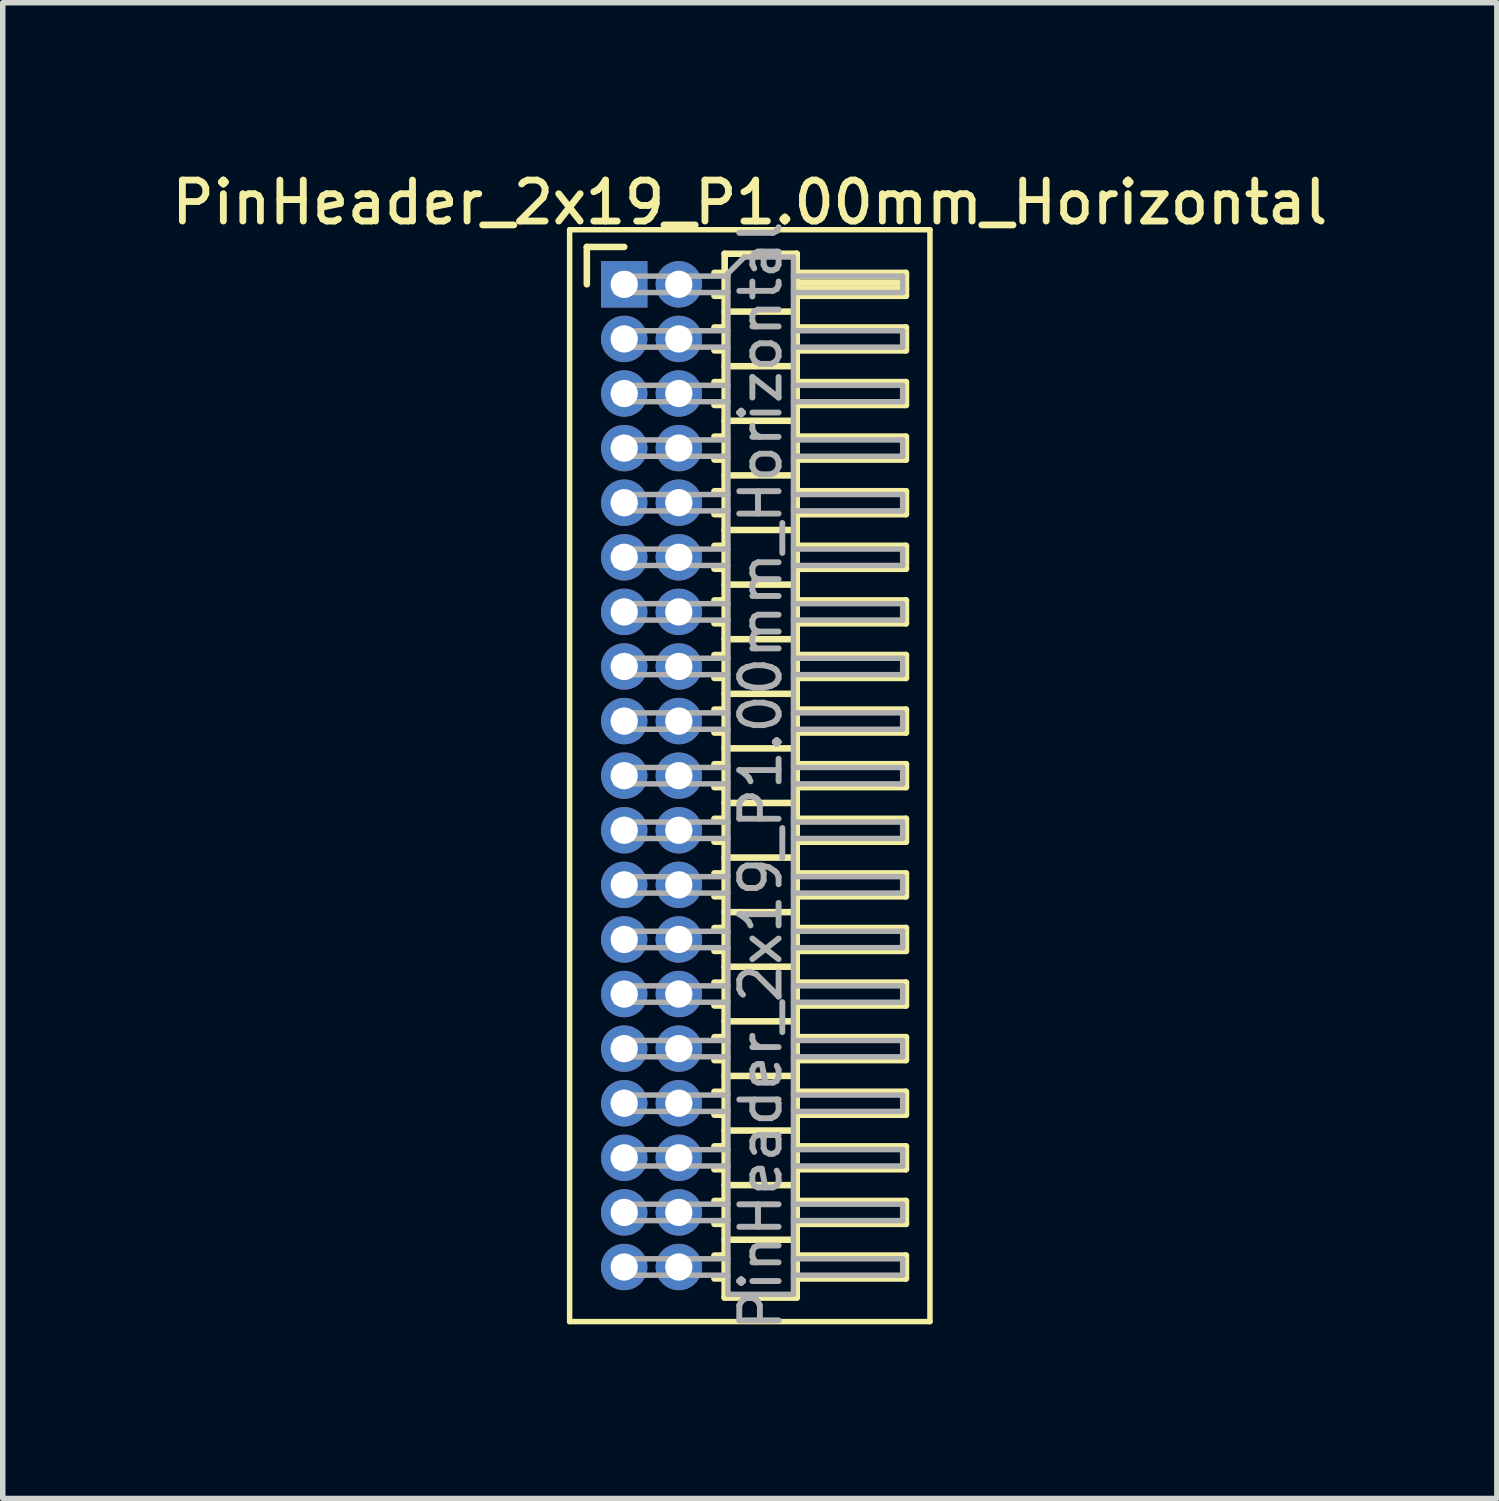
<source format=kicad_pcb>
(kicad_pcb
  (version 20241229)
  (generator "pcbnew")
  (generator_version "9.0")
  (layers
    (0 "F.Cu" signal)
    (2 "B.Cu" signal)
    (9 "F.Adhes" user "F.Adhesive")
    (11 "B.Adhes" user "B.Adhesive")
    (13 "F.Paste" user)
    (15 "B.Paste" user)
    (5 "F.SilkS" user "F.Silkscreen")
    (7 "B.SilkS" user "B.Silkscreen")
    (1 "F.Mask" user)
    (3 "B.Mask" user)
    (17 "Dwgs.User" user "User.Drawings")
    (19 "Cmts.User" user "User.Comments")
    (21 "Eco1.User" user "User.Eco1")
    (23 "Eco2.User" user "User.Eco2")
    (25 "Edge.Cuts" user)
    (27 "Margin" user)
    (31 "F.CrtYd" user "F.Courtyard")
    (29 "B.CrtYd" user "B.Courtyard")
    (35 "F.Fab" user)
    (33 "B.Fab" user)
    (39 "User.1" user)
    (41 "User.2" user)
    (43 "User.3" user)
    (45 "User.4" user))
  (footprint "PinHeader_2x19_P1.00mm_Horizontal"
    (layer "F.Cu")
    (at 8.384 2.158)
    (property "Reference" "PinHeader_2x19_P1.00mm_Horizontal" (at 2.3 -1.5 0) (layer "F.SilkS") (effects (font (size 0.75 0.75) (thickness 0.125))))
    (attr through_hole)
    (fp_line (start -1 -1) (end -1 19) (stroke (width 0.1) (type solid)) (layer "F.SilkS"))
    (fp_line (start -1 19) (end 5.6 19) (stroke (width 0.1) (type solid)) (layer "F.SilkS"))
    (fp_line (start -0.685 -0.685) (end 0 -0.685) (stroke (width 0.12) (type solid)) (layer "F.SilkS"))
    (fp_line (start -0.685 0) (end -0.685 -0.685) (stroke (width 0.12) (type solid)) (layer "F.SilkS"))
    (fp_line (start 1.652 -0.21) (end 1.84 -0.21) (stroke (width 0.12) (type solid)) (layer "F.SilkS"))
    (fp_line (start 1.652 0.21) (end 1.84 0.21) (stroke (width 0.12) (type solid)) (layer "F.SilkS"))
    (fp_line (start 1.652 0.79) (end 1.84 0.79) (stroke (width 0.12) (type solid)) (layer "F.SilkS"))
    (fp_line (start 1.652 1.21) (end 1.84 1.21) (stroke (width 0.12) (type solid)) (layer "F.SilkS"))
    (fp_line (start 1.652 1.79) (end 1.84 1.79) (stroke (width 0.12) (type solid)) (layer "F.SilkS"))
    (fp_line (start 1.652 2.21) (end 1.84 2.21) (stroke (width 0.12) (type solid)) (layer "F.SilkS"))
    (fp_line (start 1.652 2.79) (end 1.84 2.79) (stroke (width 0.12) (type solid)) (layer "F.SilkS"))
    (fp_line (start 1.652 3.21) (end 1.84 3.21) (stroke (width 0.12) (type solid)) (layer "F.SilkS"))
    (fp_line (start 1.652 3.79) (end 1.84 3.79) (stroke (width 0.12) (type solid)) (layer "F.SilkS"))
    (fp_line (start 1.652 4.21) (end 1.84 4.21) (stroke (width 0.12) (type solid)) (layer "F.SilkS"))
    (fp_line (start 1.652 4.79) (end 1.84 4.79) (stroke (width 0.12) (type solid)) (layer "F.SilkS"))
    (fp_line (start 1.652 5.21) (end 1.84 5.21) (stroke (width 0.12) (type solid)) (layer "F.SilkS"))
    (fp_line (start 1.652 5.79) (end 1.84 5.79) (stroke (width 0.12) (type solid)) (layer "F.SilkS"))
    (fp_line (start 1.652 6.21) (end 1.84 6.21) (stroke (width 0.12) (type solid)) (layer "F.SilkS"))
    (fp_line (start 1.652 6.79) (end 1.84 6.79) (stroke (width 0.12) (type solid)) (layer "F.SilkS"))
    (fp_line (start 1.652 7.21) (end 1.84 7.21) (stroke (width 0.12) (type solid)) (layer "F.SilkS"))
    (fp_line (start 1.652 7.79) (end 1.84 7.79) (stroke (width 0.12) (type solid)) (layer "F.SilkS"))
    (fp_line (start 1.652 8.21) (end 1.84 8.21) (stroke (width 0.12) (type solid)) (layer "F.SilkS"))
    (fp_line (start 1.652 8.79) (end 1.84 8.79) (stroke (width 0.12) (type solid)) (layer "F.SilkS"))
    (fp_line (start 1.652 9.21) (end 1.84 9.21) (stroke (width 0.12) (type solid)) (layer "F.SilkS"))
    (fp_line (start 1.652 9.79) (end 1.84 9.79) (stroke (width 0.12) (type solid)) (layer "F.SilkS"))
    (fp_line (start 1.652 10.21) (end 1.84 10.21) (stroke (width 0.12) (type solid)) (layer "F.SilkS"))
    (fp_line (start 1.652 10.79) (end 1.84 10.79) (stroke (width 0.12) (type solid)) (layer "F.SilkS"))
    (fp_line (start 1.652 11.21) (end 1.84 11.21) (stroke (width 0.12) (type solid)) (layer "F.SilkS"))
    (fp_line (start 1.652 11.79) (end 1.84 11.79) (stroke (width 0.12) (type solid)) (layer "F.SilkS"))
    (fp_line (start 1.652 12.21) (end 1.84 12.21) (stroke (width 0.12) (type solid)) (layer "F.SilkS"))
    (fp_line (start 1.652 12.79) (end 1.84 12.79) (stroke (width 0.12) (type solid)) (layer "F.SilkS"))
    (fp_line (start 1.652 13.21) (end 1.84 13.21) (stroke (width 0.12) (type solid)) (layer "F.SilkS"))
    (fp_line (start 1.652 13.79) (end 1.84 13.79) (stroke (width 0.12) (type solid)) (layer "F.SilkS"))
    (fp_line (start 1.652 14.21) (end 1.84 14.21) (stroke (width 0.12) (type solid)) (layer "F.SilkS"))
    (fp_line (start 1.652 14.79) (end 1.84 14.79) (stroke (width 0.12) (type solid)) (layer "F.SilkS"))
    (fp_line (start 1.652 15.21) (end 1.84 15.21) (stroke (width 0.12) (type solid)) (layer "F.SilkS"))
    (fp_line (start 1.652 15.79) (end 1.84 15.79) (stroke (width 0.12) (type solid)) (layer "F.SilkS"))
    (fp_line (start 1.652 16.21) (end 1.84 16.21) (stroke (width 0.12) (type solid)) (layer "F.SilkS"))
    (fp_line (start 1.652 16.79) (end 1.84 16.79) (stroke (width 0.12) (type solid)) (layer "F.SilkS"))
    (fp_line (start 1.652 17.21) (end 1.84 17.21) (stroke (width 0.12) (type solid)) (layer "F.SilkS"))
    (fp_line (start 1.652 17.79) (end 1.84 17.79) (stroke (width 0.12) (type solid)) (layer "F.SilkS"))
    (fp_line (start 1.652 18.21) (end 1.84 18.21) (stroke (width 0.12) (type solid)) (layer "F.SilkS"))
    (fp_line (start 1.84 -0.56) (end 1.84 18.56) (stroke (width 0.12) (type solid)) (layer "F.SilkS"))
    (fp_line (start 1.84 0.5) (end 3.16 0.5) (stroke (width 0.12) (type solid)) (layer "F.SilkS"))
    (fp_line (start 1.84 1.5) (end 3.16 1.5) (stroke (width 0.12) (type solid)) (layer "F.SilkS"))
    (fp_line (start 1.84 2.5) (end 3.16 2.5) (stroke (width 0.12) (type solid)) (layer "F.SilkS"))
    (fp_line (start 1.84 3.5) (end 3.16 3.5) (stroke (width 0.12) (type solid)) (layer "F.SilkS"))
    (fp_line (start 1.84 4.5) (end 3.16 4.5) (stroke (width 0.12) (type solid)) (layer "F.SilkS"))
    (fp_line (start 1.84 5.5) (end 3.16 5.5) (stroke (width 0.12) (type solid)) (layer "F.SilkS"))
    (fp_line (start 1.84 6.5) (end 3.16 6.5) (stroke (width 0.12) (type solid)) (layer "F.SilkS"))
    (fp_line (start 1.84 7.5) (end 3.16 7.5) (stroke (width 0.12) (type solid)) (layer "F.SilkS"))
    (fp_line (start 1.84 8.5) (end 3.16 8.5) (stroke (width 0.12) (type solid)) (layer "F.SilkS"))
    (fp_line (start 1.84 9.5) (end 3.16 9.5) (stroke (width 0.12) (type solid)) (layer "F.SilkS"))
    (fp_line (start 1.84 10.5) (end 3.16 10.5) (stroke (width 0.12) (type solid)) (layer "F.SilkS"))
    (fp_line (start 1.84 11.5) (end 3.16 11.5) (stroke (width 0.12) (type solid)) (layer "F.SilkS"))
    (fp_line (start 1.84 12.5) (end 3.16 12.5) (stroke (width 0.12) (type solid)) (layer "F.SilkS"))
    (fp_line (start 1.84 13.5) (end 3.16 13.5) (stroke (width 0.12) (type solid)) (layer "F.SilkS"))
    (fp_line (start 1.84 14.5) (end 3.16 14.5) (stroke (width 0.12) (type solid)) (layer "F.SilkS"))
    (fp_line (start 1.84 15.5) (end 3.16 15.5) (stroke (width 0.12) (type solid)) (layer "F.SilkS"))
    (fp_line (start 1.84 16.5) (end 3.16 16.5) (stroke (width 0.12) (type solid)) (layer "F.SilkS"))
    (fp_line (start 1.84 17.5) (end 3.16 17.5) (stroke (width 0.12) (type solid)) (layer "F.SilkS"))
    (fp_line (start 1.84 18.56) (end 3.16 18.56) (stroke (width 0.12) (type solid)) (layer "F.SilkS"))
    (fp_line (start 3.16 -0.56) (end 1.84 -0.56) (stroke (width 0.12) (type solid)) (layer "F.SilkS"))
    (fp_line (start 3.16 -0.21) (end 5.16 -0.21) (stroke (width 0.12) (type solid)) (layer "F.SilkS"))
    (fp_line (start 3.16 -0.15) (end 5.16 -0.15) (stroke (width 0.12) (type solid)) (layer "F.SilkS"))
    (fp_line (start 3.16 -0.03) (end 5.16 -0.03) (stroke (width 0.12) (type solid)) (layer "F.SilkS"))
    (fp_line (start 3.16 0.09) (end 5.16 0.09) (stroke (width 0.12) (type solid)) (layer "F.SilkS"))
    (fp_line (start 3.16 0.79) (end 5.16 0.79) (stroke (width 0.12) (type solid)) (layer "F.SilkS"))
    (fp_line (start 3.16 1.79) (end 5.16 1.79) (stroke (width 0.12) (type solid)) (layer "F.SilkS"))
    (fp_line (start 3.16 2.79) (end 5.16 2.79) (stroke (width 0.12) (type solid)) (layer "F.SilkS"))
    (fp_line (start 3.16 3.79) (end 5.16 3.79) (stroke (width 0.12) (type solid)) (layer "F.SilkS"))
    (fp_line (start 3.16 4.79) (end 5.16 4.79) (stroke (width 0.12) (type solid)) (layer "F.SilkS"))
    (fp_line (start 3.16 5.79) (end 5.16 5.79) (stroke (width 0.12) (type solid)) (layer "F.SilkS"))
    (fp_line (start 3.16 6.79) (end 5.16 6.79) (stroke (width 0.12) (type solid)) (layer "F.SilkS"))
    (fp_line (start 3.16 7.79) (end 5.16 7.79) (stroke (width 0.12) (type solid)) (layer "F.SilkS"))
    (fp_line (start 3.16 8.79) (end 5.16 8.79) (stroke (width 0.12) (type solid)) (layer "F.SilkS"))
    (fp_line (start 3.16 9.79) (end 5.16 9.79) (stroke (width 0.12) (type solid)) (layer "F.SilkS"))
    (fp_line (start 3.16 10.79) (end 5.16 10.79) (stroke (width 0.12) (type solid)) (layer "F.SilkS"))
    (fp_line (start 3.16 11.79) (end 5.16 11.79) (stroke (width 0.12) (type solid)) (layer "F.SilkS"))
    (fp_line (start 3.16 12.79) (end 5.16 12.79) (stroke (width 0.12) (type solid)) (layer "F.SilkS"))
    (fp_line (start 3.16 13.79) (end 5.16 13.79) (stroke (width 0.12) (type solid)) (layer "F.SilkS"))
    (fp_line (start 3.16 14.79) (end 5.16 14.79) (stroke (width 0.12) (type solid)) (layer "F.SilkS"))
    (fp_line (start 3.16 15.79) (end 5.16 15.79) (stroke (width 0.12) (type solid)) (layer "F.SilkS"))
    (fp_line (start 3.16 16.79) (end 5.16 16.79) (stroke (width 0.12) (type solid)) (layer "F.SilkS"))
    (fp_line (start 3.16 17.79) (end 5.16 17.79) (stroke (width 0.12) (type solid)) (layer "F.SilkS"))
    (fp_line (start 3.16 18.56) (end 3.16 -0.56) (stroke (width 0.12) (type solid)) (layer "F.SilkS"))
    (fp_line (start 5.16 -0.21) (end 5.16 0.21) (stroke (width 0.12) (type solid)) (layer "F.SilkS"))
    (fp_line (start 5.16 0.21) (end 3.16 0.21) (stroke (width 0.12) (type solid)) (layer "F.SilkS"))
    (fp_line (start 5.16 0.79) (end 5.16 1.21) (stroke (width 0.12) (type solid)) (layer "F.SilkS"))
    (fp_line (start 5.16 1.21) (end 3.16 1.21) (stroke (width 0.12) (type solid)) (layer "F.SilkS"))
    (fp_line (start 5.16 1.79) (end 5.16 2.21) (stroke (width 0.12) (type solid)) (layer "F.SilkS"))
    (fp_line (start 5.16 2.21) (end 3.16 2.21) (stroke (width 0.12) (type solid)) (layer "F.SilkS"))
    (fp_line (start 5.16 2.79) (end 5.16 3.21) (stroke (width 0.12) (type solid)) (layer "F.SilkS"))
    (fp_line (start 5.16 3.21) (end 3.16 3.21) (stroke (width 0.12) (type solid)) (layer "F.SilkS"))
    (fp_line (start 5.16 3.79) (end 5.16 4.21) (stroke (width 0.12) (type solid)) (layer "F.SilkS"))
    (fp_line (start 5.16 4.21) (end 3.16 4.21) (stroke (width 0.12) (type solid)) (layer "F.SilkS"))
    (fp_line (start 5.16 4.79) (end 5.16 5.21) (stroke (width 0.12) (type solid)) (layer "F.SilkS"))
    (fp_line (start 5.16 5.21) (end 3.16 5.21) (stroke (width 0.12) (type solid)) (layer "F.SilkS"))
    (fp_line (start 5.16 5.79) (end 5.16 6.21) (stroke (width 0.12) (type solid)) (layer "F.SilkS"))
    (fp_line (start 5.16 6.21) (end 3.16 6.21) (stroke (width 0.12) (type solid)) (layer "F.SilkS"))
    (fp_line (start 5.16 6.79) (end 5.16 7.21) (stroke (width 0.12) (type solid)) (layer "F.SilkS"))
    (fp_line (start 5.16 7.21) (end 3.16 7.21) (stroke (width 0.12) (type solid)) (layer "F.SilkS"))
    (fp_line (start 5.16 7.79) (end 5.16 8.21) (stroke (width 0.12) (type solid)) (layer "F.SilkS"))
    (fp_line (start 5.16 8.21) (end 3.16 8.21) (stroke (width 0.12) (type solid)) (layer "F.SilkS"))
    (fp_line (start 5.16 8.79) (end 5.16 9.21) (stroke (width 0.12) (type solid)) (layer "F.SilkS"))
    (fp_line (start 5.16 9.21) (end 3.16 9.21) (stroke (width 0.12) (type solid)) (layer "F.SilkS"))
    (fp_line (start 5.16 9.79) (end 5.16 10.21) (stroke (width 0.12) (type solid)) (layer "F.SilkS"))
    (fp_line (start 5.16 10.21) (end 3.16 10.21) (stroke (width 0.12) (type solid)) (layer "F.SilkS"))
    (fp_line (start 5.16 10.79) (end 5.16 11.21) (stroke (width 0.12) (type solid)) (layer "F.SilkS"))
    (fp_line (start 5.16 11.21) (end 3.16 11.21) (stroke (width 0.12) (type solid)) (layer "F.SilkS"))
    (fp_line (start 5.16 11.79) (end 5.16 12.21) (stroke (width 0.12) (type solid)) (layer "F.SilkS"))
    (fp_line (start 5.16 12.21) (end 3.16 12.21) (stroke (width 0.12) (type solid)) (layer "F.SilkS"))
    (fp_line (start 5.16 12.79) (end 5.16 13.21) (stroke (width 0.12) (type solid)) (layer "F.SilkS"))
    (fp_line (start 5.16 13.21) (end 3.16 13.21) (stroke (width 0.12) (type solid)) (layer "F.SilkS"))
    (fp_line (start 5.16 13.79) (end 5.16 14.21) (stroke (width 0.12) (type solid)) (layer "F.SilkS"))
    (fp_line (start 5.16 14.21) (end 3.16 14.21) (stroke (width 0.12) (type solid)) (layer "F.SilkS"))
    (fp_line (start 5.16 14.79) (end 5.16 15.21) (stroke (width 0.12) (type solid)) (layer "F.SilkS"))
    (fp_line (start 5.16 15.21) (end 3.16 15.21) (stroke (width 0.12) (type solid)) (layer "F.SilkS"))
    (fp_line (start 5.16 15.79) (end 5.16 16.21) (stroke (width 0.12) (type solid)) (layer "F.SilkS"))
    (fp_line (start 5.16 16.21) (end 3.16 16.21) (stroke (width 0.12) (type solid)) (layer "F.SilkS"))
    (fp_line (start 5.16 16.79) (end 5.16 17.21) (stroke (width 0.12) (type solid)) (layer "F.SilkS"))
    (fp_line (start 5.16 17.21) (end 3.16 17.21) (stroke (width 0.12) (type solid)) (layer "F.SilkS"))
    (fp_line (start 5.16 17.79) (end 5.16 18.21) (stroke (width 0.12) (type solid)) (layer "F.SilkS"))
    (fp_line (start 5.16 18.21) (end 3.16 18.21) (stroke (width 0.12) (type solid)) (layer "F.SilkS"))
    (fp_line (start 5.6 -1) (end -1 -1) (stroke (width 0.1) (type solid)) (layer "F.SilkS"))
    (fp_line (start 5.6 19) (end 5.6 -1) (stroke (width 0.1) (type solid)) (layer "F.SilkS"))
    (fp_line (start -0.15 -0.15) (end -0.15 0.15) (stroke (width 0.1) (type solid)) (layer "F.Fab"))
    (fp_line (start -0.15 -0.15) (end 1.9 -0.15) (stroke (width 0.1) (type solid)) (layer "F.Fab"))
    (fp_line (start -0.15 0.15) (end 1.9 0.15) (stroke (width 0.1) (type solid)) (layer "F.Fab"))
    (fp_line (start -0.15 0.85) (end -0.15 1.15) (stroke (width 0.1) (type solid)) (layer "F.Fab"))
    (fp_line (start -0.15 0.85) (end 1.9 0.85) (stroke (width 0.1) (type solid)) (layer "F.Fab"))
    (fp_line (start -0.15 1.15) (end 1.9 1.15) (stroke (width 0.1) (type solid)) (layer "F.Fab"))
    (fp_line (start -0.15 1.85) (end -0.15 2.15) (stroke (width 0.1) (type solid)) (layer "F.Fab"))
    (fp_line (start -0.15 1.85) (end 1.9 1.85) (stroke (width 0.1) (type solid)) (layer "F.Fab"))
    (fp_line (start -0.15 2.15) (end 1.9 2.15) (stroke (width 0.1) (type solid)) (layer "F.Fab"))
    (fp_line (start -0.15 2.85) (end -0.15 3.15) (stroke (width 0.1) (type solid)) (layer "F.Fab"))
    (fp_line (start -0.15 2.85) (end 1.9 2.85) (stroke (width 0.1) (type solid)) (layer "F.Fab"))
    (fp_line (start -0.15 3.15) (end 1.9 3.15) (stroke (width 0.1) (type solid)) (layer "F.Fab"))
    (fp_line (start -0.15 3.85) (end -0.15 4.15) (stroke (width 0.1) (type solid)) (layer "F.Fab"))
    (fp_line (start -0.15 3.85) (end 1.9 3.85) (stroke (width 0.1) (type solid)) (layer "F.Fab"))
    (fp_line (start -0.15 4.15) (end 1.9 4.15) (stroke (width 0.1) (type solid)) (layer "F.Fab"))
    (fp_line (start -0.15 4.85) (end -0.15 5.15) (stroke (width 0.1) (type solid)) (layer "F.Fab"))
    (fp_line (start -0.15 4.85) (end 1.9 4.85) (stroke (width 0.1) (type solid)) (layer "F.Fab"))
    (fp_line (start -0.15 5.15) (end 1.9 5.15) (stroke (width 0.1) (type solid)) (layer "F.Fab"))
    (fp_line (start -0.15 5.85) (end -0.15 6.15) (stroke (width 0.1) (type solid)) (layer "F.Fab"))
    (fp_line (start -0.15 5.85) (end 1.9 5.85) (stroke (width 0.1) (type solid)) (layer "F.Fab"))
    (fp_line (start -0.15 6.15) (end 1.9 6.15) (stroke (width 0.1) (type solid)) (layer "F.Fab"))
    (fp_line (start -0.15 6.85) (end -0.15 7.15) (stroke (width 0.1) (type solid)) (layer "F.Fab"))
    (fp_line (start -0.15 6.85) (end 1.9 6.85) (stroke (width 0.1) (type solid)) (layer "F.Fab"))
    (fp_line (start -0.15 7.15) (end 1.9 7.15) (stroke (width 0.1) (type solid)) (layer "F.Fab"))
    (fp_line (start -0.15 7.85) (end -0.15 8.15) (stroke (width 0.1) (type solid)) (layer "F.Fab"))
    (fp_line (start -0.15 7.85) (end 1.9 7.85) (stroke (width 0.1) (type solid)) (layer "F.Fab"))
    (fp_line (start -0.15 8.15) (end 1.9 8.15) (stroke (width 0.1) (type solid)) (layer "F.Fab"))
    (fp_line (start -0.15 8.85) (end -0.15 9.15) (stroke (width 0.1) (type solid)) (layer "F.Fab"))
    (fp_line (start -0.15 8.85) (end 1.9 8.85) (stroke (width 0.1) (type solid)) (layer "F.Fab"))
    (fp_line (start -0.15 9.15) (end 1.9 9.15) (stroke (width 0.1) (type solid)) (layer "F.Fab"))
    (fp_line (start -0.15 9.85) (end -0.15 10.15) (stroke (width 0.1) (type solid)) (layer "F.Fab"))
    (fp_line (start -0.15 9.85) (end 1.9 9.85) (stroke (width 0.1) (type solid)) (layer "F.Fab"))
    (fp_line (start -0.15 10.15) (end 1.9 10.15) (stroke (width 0.1) (type solid)) (layer "F.Fab"))
    (fp_line (start -0.15 10.85) (end -0.15 11.15) (stroke (width 0.1) (type solid)) (layer "F.Fab"))
    (fp_line (start -0.15 10.85) (end 1.9 10.85) (stroke (width 0.1) (type solid)) (layer "F.Fab"))
    (fp_line (start -0.15 11.15) (end 1.9 11.15) (stroke (width 0.1) (type solid)) (layer "F.Fab"))
    (fp_line (start -0.15 11.85) (end -0.15 12.15) (stroke (width 0.1) (type solid)) (layer "F.Fab"))
    (fp_line (start -0.15 11.85) (end 1.9 11.85) (stroke (width 0.1) (type solid)) (layer "F.Fab"))
    (fp_line (start -0.15 12.15) (end 1.9 12.15) (stroke (width 0.1) (type solid)) (layer "F.Fab"))
    (fp_line (start -0.15 12.85) (end -0.15 13.15) (stroke (width 0.1) (type solid)) (layer "F.Fab"))
    (fp_line (start -0.15 12.85) (end 1.9 12.85) (stroke (width 0.1) (type solid)) (layer "F.Fab"))
    (fp_line (start -0.15 13.15) (end 1.9 13.15) (stroke (width 0.1) (type solid)) (layer "F.Fab"))
    (fp_line (start -0.15 13.85) (end -0.15 14.15) (stroke (width 0.1) (type solid)) (layer "F.Fab"))
    (fp_line (start -0.15 13.85) (end 1.9 13.85) (stroke (width 0.1) (type solid)) (layer "F.Fab"))
    (fp_line (start -0.15 14.15) (end 1.9 14.15) (stroke (width 0.1) (type solid)) (layer "F.Fab"))
    (fp_line (start -0.15 14.85) (end -0.15 15.15) (stroke (width 0.1) (type solid)) (layer "F.Fab"))
    (fp_line (start -0.15 14.85) (end 1.9 14.85) (stroke (width 0.1) (type solid)) (layer "F.Fab"))
    (fp_line (start -0.15 15.15) (end 1.9 15.15) (stroke (width 0.1) (type solid)) (layer "F.Fab"))
    (fp_line (start -0.15 15.85) (end -0.15 16.15) (stroke (width 0.1) (type solid)) (layer "F.Fab"))
    (fp_line (start -0.15 15.85) (end 1.9 15.85) (stroke (width 0.1) (type solid)) (layer "F.Fab"))
    (fp_line (start -0.15 16.15) (end 1.9 16.15) (stroke (width 0.1) (type solid)) (layer "F.Fab"))
    (fp_line (start -0.15 16.85) (end -0.15 17.15) (stroke (width 0.1) (type solid)) (layer "F.Fab"))
    (fp_line (start -0.15 16.85) (end 1.9 16.85) (stroke (width 0.1) (type solid)) (layer "F.Fab"))
    (fp_line (start -0.15 17.15) (end 1.9 17.15) (stroke (width 0.1) (type solid)) (layer "F.Fab"))
    (fp_line (start -0.15 17.85) (end -0.15 18.15) (stroke (width 0.1) (type solid)) (layer "F.Fab"))
    (fp_line (start -0.15 17.85) (end 1.9 17.85) (stroke (width 0.1) (type solid)) (layer "F.Fab"))
    (fp_line (start -0.15 18.15) (end 1.9 18.15) (stroke (width 0.1) (type solid)) (layer "F.Fab"))
    (fp_line (start 1.9 -0.2) (end 2.2 -0.5) (stroke (width 0.1) (type solid)) (layer "F.Fab"))
    (fp_line (start 1.9 18.5) (end 1.9 -0.2) (stroke (width 0.1) (type solid)) (layer "F.Fab"))
    (fp_line (start 2.2 -0.5) (end 3.1 -0.5) (stroke (width 0.1) (type solid)) (layer "F.Fab"))
    (fp_line (start 3.1 -0.5) (end 3.1 18.5) (stroke (width 0.1) (type solid)) (layer "F.Fab"))
    (fp_line (start 3.1 -0.15) (end 5.1 -0.15) (stroke (width 0.1) (type solid)) (layer "F.Fab"))
    (fp_line (start 3.1 0.15) (end 5.1 0.15) (stroke (width 0.1) (type solid)) (layer "F.Fab"))
    (fp_line (start 3.1 0.85) (end 5.1 0.85) (stroke (width 0.1) (type solid)) (layer "F.Fab"))
    (fp_line (start 3.1 1.15) (end 5.1 1.15) (stroke (width 0.1) (type solid)) (layer "F.Fab"))
    (fp_line (start 3.1 1.85) (end 5.1 1.85) (stroke (width 0.1) (type solid)) (layer "F.Fab"))
    (fp_line (start 3.1 2.15) (end 5.1 2.15) (stroke (width 0.1) (type solid)) (layer "F.Fab"))
    (fp_line (start 3.1 2.85) (end 5.1 2.85) (stroke (width 0.1) (type solid)) (layer "F.Fab"))
    (fp_line (start 3.1 3.15) (end 5.1 3.15) (stroke (width 0.1) (type solid)) (layer "F.Fab"))
    (fp_line (start 3.1 3.85) (end 5.1 3.85) (stroke (width 0.1) (type solid)) (layer "F.Fab"))
    (fp_line (start 3.1 4.15) (end 5.1 4.15) (stroke (width 0.1) (type solid)) (layer "F.Fab"))
    (fp_line (start 3.1 4.85) (end 5.1 4.85) (stroke (width 0.1) (type solid)) (layer "F.Fab"))
    (fp_line (start 3.1 5.15) (end 5.1 5.15) (stroke (width 0.1) (type solid)) (layer "F.Fab"))
    (fp_line (start 3.1 5.85) (end 5.1 5.85) (stroke (width 0.1) (type solid)) (layer "F.Fab"))
    (fp_line (start 3.1 6.15) (end 5.1 6.15) (stroke (width 0.1) (type solid)) (layer "F.Fab"))
    (fp_line (start 3.1 6.85) (end 5.1 6.85) (stroke (width 0.1) (type solid)) (layer "F.Fab"))
    (fp_line (start 3.1 7.15) (end 5.1 7.15) (stroke (width 0.1) (type solid)) (layer "F.Fab"))
    (fp_line (start 3.1 7.85) (end 5.1 7.85) (stroke (width 0.1) (type solid)) (layer "F.Fab"))
    (fp_line (start 3.1 8.15) (end 5.1 8.15) (stroke (width 0.1) (type solid)) (layer "F.Fab"))
    (fp_line (start 3.1 8.85) (end 5.1 8.85) (stroke (width 0.1) (type solid)) (layer "F.Fab"))
    (fp_line (start 3.1 9.15) (end 5.1 9.15) (stroke (width 0.1) (type solid)) (layer "F.Fab"))
    (fp_line (start 3.1 9.85) (end 5.1 9.85) (stroke (width 0.1) (type solid)) (layer "F.Fab"))
    (fp_line (start 3.1 10.15) (end 5.1 10.15) (stroke (width 0.1) (type solid)) (layer "F.Fab"))
    (fp_line (start 3.1 10.85) (end 5.1 10.85) (stroke (width 0.1) (type solid)) (layer "F.Fab"))
    (fp_line (start 3.1 11.15) (end 5.1 11.15) (stroke (width 0.1) (type solid)) (layer "F.Fab"))
    (fp_line (start 3.1 11.85) (end 5.1 11.85) (stroke (width 0.1) (type solid)) (layer "F.Fab"))
    (fp_line (start 3.1 12.15) (end 5.1 12.15) (stroke (width 0.1) (type solid)) (layer "F.Fab"))
    (fp_line (start 3.1 12.85) (end 5.1 12.85) (stroke (width 0.1) (type solid)) (layer "F.Fab"))
    (fp_line (start 3.1 13.15) (end 5.1 13.15) (stroke (width 0.1) (type solid)) (layer "F.Fab"))
    (fp_line (start 3.1 13.85) (end 5.1 13.85) (stroke (width 0.1) (type solid)) (layer "F.Fab"))
    (fp_line (start 3.1 14.15) (end 5.1 14.15) (stroke (width 0.1) (type solid)) (layer "F.Fab"))
    (fp_line (start 3.1 14.85) (end 5.1 14.85) (stroke (width 0.1) (type solid)) (layer "F.Fab"))
    (fp_line (start 3.1 15.15) (end 5.1 15.15) (stroke (width 0.1) (type solid)) (layer "F.Fab"))
    (fp_line (start 3.1 15.85) (end 5.1 15.85) (stroke (width 0.1) (type solid)) (layer "F.Fab"))
    (fp_line (start 3.1 16.15) (end 5.1 16.15) (stroke (width 0.1) (type solid)) (layer "F.Fab"))
    (fp_line (start 3.1 16.85) (end 5.1 16.85) (stroke (width 0.1) (type solid)) (layer "F.Fab"))
    (fp_line (start 3.1 17.15) (end 5.1 17.15) (stroke (width 0.1) (type solid)) (layer "F.Fab"))
    (fp_line (start 3.1 17.85) (end 5.1 17.85) (stroke (width 0.1) (type solid)) (layer "F.Fab"))
    (fp_line (start 3.1 18.15) (end 5.1 18.15) (stroke (width 0.1) (type solid)) (layer "F.Fab"))
    (fp_line (start 3.1 18.5) (end 1.9 18.5) (stroke (width 0.1) (type solid)) (layer "F.Fab"))
    (fp_line (start 5.1 -0.15) (end 5.1 0.15) (stroke (width 0.1) (type solid)) (layer "F.Fab"))
    (fp_line (start 5.1 0.85) (end 5.1 1.15) (stroke (width 0.1) (type solid)) (layer "F.Fab"))
    (fp_line (start 5.1 1.85) (end 5.1 2.15) (stroke (width 0.1) (type solid)) (layer "F.Fab"))
    (fp_line (start 5.1 2.85) (end 5.1 3.15) (stroke (width 0.1) (type solid)) (layer "F.Fab"))
    (fp_line (start 5.1 3.85) (end 5.1 4.15) (stroke (width 0.1) (type solid)) (layer "F.Fab"))
    (fp_line (start 5.1 4.85) (end 5.1 5.15) (stroke (width 0.1) (type solid)) (layer "F.Fab"))
    (fp_line (start 5.1 5.85) (end 5.1 6.15) (stroke (width 0.1) (type solid)) (layer "F.Fab"))
    (fp_line (start 5.1 6.85) (end 5.1 7.15) (stroke (width 0.1) (type solid)) (layer "F.Fab"))
    (fp_line (start 5.1 7.85) (end 5.1 8.15) (stroke (width 0.1) (type solid)) (layer "F.Fab"))
    (fp_line (start 5.1 8.85) (end 5.1 9.15) (stroke (width 0.1) (type solid)) (layer "F.Fab"))
    (fp_line (start 5.1 9.85) (end 5.1 10.15) (stroke (width 0.1) (type solid)) (layer "F.Fab"))
    (fp_line (start 5.1 10.85) (end 5.1 11.15) (stroke (width 0.1) (type solid)) (layer "F.Fab"))
    (fp_line (start 5.1 11.85) (end 5.1 12.15) (stroke (width 0.1) (type solid)) (layer "F.Fab"))
    (fp_line (start 5.1 12.85) (end 5.1 13.15) (stroke (width 0.1) (type solid)) (layer "F.Fab"))
    (fp_line (start 5.1 13.85) (end 5.1 14.15) (stroke (width 0.1) (type solid)) (layer "F.Fab"))
    (fp_line (start 5.1 14.85) (end 5.1 15.15) (stroke (width 0.1) (type solid)) (layer "F.Fab"))
    (fp_line (start 5.1 15.85) (end 5.1 16.15) (stroke (width 0.1) (type solid)) (layer "F.Fab"))
    (fp_line (start 5.1 16.85) (end 5.1 17.15) (stroke (width 0.1) (type solid)) (layer "F.Fab"))
    (fp_line (start 5.1 17.85) (end 5.1 18.15) (stroke (width 0.1) (type solid)) (layer "F.Fab"))
    (fp_text user "${REFERENCE}" (at 2.5 9 90) (layer "F.Fab") (effects (font (size 0.72 0.72) (thickness 0.108))))
    (pad "1" thru_hole rect (at 0 0) (size 0.85 0.85) (drill 0.5) (layers "*.Cu" "*.Mask"))
    (pad "2" thru_hole oval (at 1 0) (size 0.85 0.85) (drill 0.5) (layers "*.Cu" "*.Mask"))
    (pad "3" thru_hole oval (at 0 1) (size 0.85 0.85) (drill 0.5) (layers "*.Cu" "*.Mask"))
    (pad "4" thru_hole oval (at 1 1) (size 0.85 0.85) (drill 0.5) (layers "*.Cu" "*.Mask"))
    (pad "5" thru_hole oval (at 0 2) (size 0.85 0.85) (drill 0.5) (layers "*.Cu" "*.Mask"))
    (pad "6" thru_hole oval (at 1 2) (size 0.85 0.85) (drill 0.5) (layers "*.Cu" "*.Mask"))
    (pad "7" thru_hole oval (at 0 3) (size 0.85 0.85) (drill 0.5) (layers "*.Cu" "*.Mask"))
    (pad "8" thru_hole oval (at 1 3) (size 0.85 0.85) (drill 0.5) (layers "*.Cu" "*.Mask"))
    (pad "9" thru_hole oval (at 0 4) (size 0.85 0.85) (drill 0.5) (layers "*.Cu" "*.Mask"))
    (pad "10" thru_hole oval (at 1 4) (size 0.85 0.85) (drill 0.5) (layers "*.Cu" "*.Mask"))
    (pad "11" thru_hole oval (at 0 5) (size 0.85 0.85) (drill 0.5) (layers "*.Cu" "*.Mask"))
    (pad "12" thru_hole oval (at 1 5) (size 0.85 0.85) (drill 0.5) (layers "*.Cu" "*.Mask"))
    (pad "13" thru_hole oval (at 0 6) (size 0.85 0.85) (drill 0.5) (layers "*.Cu" "*.Mask"))
    (pad "14" thru_hole oval (at 1 6) (size 0.85 0.85) (drill 0.5) (layers "*.Cu" "*.Mask"))
    (pad "15" thru_hole oval (at 0 7) (size 0.85 0.85) (drill 0.5) (layers "*.Cu" "*.Mask"))
    (pad "16" thru_hole oval (at 1 7) (size 0.85 0.85) (drill 0.5) (layers "*.Cu" "*.Mask"))
    (pad "17" thru_hole oval (at 0 8) (size 0.85 0.85) (drill 0.5) (layers "*.Cu" "*.Mask"))
    (pad "18" thru_hole oval (at 1 8) (size 0.85 0.85) (drill 0.5) (layers "*.Cu" "*.Mask"))
    (pad "19" thru_hole oval (at 0 9) (size 0.85 0.85) (drill 0.5) (layers "*.Cu" "*.Mask"))
    (pad "20" thru_hole oval (at 1 9) (size 0.85 0.85) (drill 0.5) (layers "*.Cu" "*.Mask"))
    (pad "21" thru_hole oval (at 0 10) (size 0.85 0.85) (drill 0.5) (layers "*.Cu" "*.Mask"))
    (pad "22" thru_hole oval (at 1 10) (size 0.85 0.85) (drill 0.5) (layers "*.Cu" "*.Mask"))
    (pad "23" thru_hole oval (at 0 11) (size 0.85 0.85) (drill 0.5) (layers "*.Cu" "*.Mask"))
    (pad "24" thru_hole oval (at 1 11) (size 0.85 0.85) (drill 0.5) (layers "*.Cu" "*.Mask"))
    (pad "25" thru_hole oval (at 0 12) (size 0.85 0.85) (drill 0.5) (layers "*.Cu" "*.Mask"))
    (pad "26" thru_hole oval (at 1 12) (size 0.85 0.85) (drill 0.5) (layers "*.Cu" "*.Mask"))
    (pad "27" thru_hole oval (at 0 13) (size 0.85 0.85) (drill 0.5) (layers "*.Cu" "*.Mask"))
    (pad "28" thru_hole oval (at 1 13) (size 0.85 0.85) (drill 0.5) (layers "*.Cu" "*.Mask"))
    (pad "29" thru_hole oval (at 0 14) (size 0.85 0.85) (drill 0.5) (layers "*.Cu" "*.Mask"))
    (pad "30" thru_hole oval (at 1 14) (size 0.85 0.85) (drill 0.5) (layers "*.Cu" "*.Mask"))
    (pad "31" thru_hole oval (at 0 15) (size 0.85 0.85) (drill 0.5) (layers "*.Cu" "*.Mask"))
    (pad "32" thru_hole oval (at 1 15) (size 0.85 0.85) (drill 0.5) (layers "*.Cu" "*.Mask"))
    (pad "33" thru_hole oval (at 0 16) (size 0.85 0.85) (drill 0.5) (layers "*.Cu" "*.Mask"))
    (pad "34" thru_hole oval (at 1 16) (size 0.85 0.85) (drill 0.5) (layers "*.Cu" "*.Mask"))
    (pad "35" thru_hole oval (at 0 17) (size 0.85 0.85) (drill 0.5) (layers "*.Cu" "*.Mask"))
    (pad "36" thru_hole oval (at 1 17) (size 0.85 0.85) (drill 0.5) (layers "*.Cu" "*.Mask"))
    (pad "37" thru_hole oval (at 0 18) (size 0.85 0.85) (drill 0.5) (layers "*.Cu" "*.Mask"))
    (pad "38" thru_hole oval (at 1 18) (size 0.85 0.85) (drill 0.5) (layers "*.Cu" "*.Mask")))
  (gr_rect
    (start -3 -3)
    (end 24.368 24.397)
    (stroke (width 0.1) (type default))
    (fill no)
    (layer "Edge.Cuts")))
</source>
